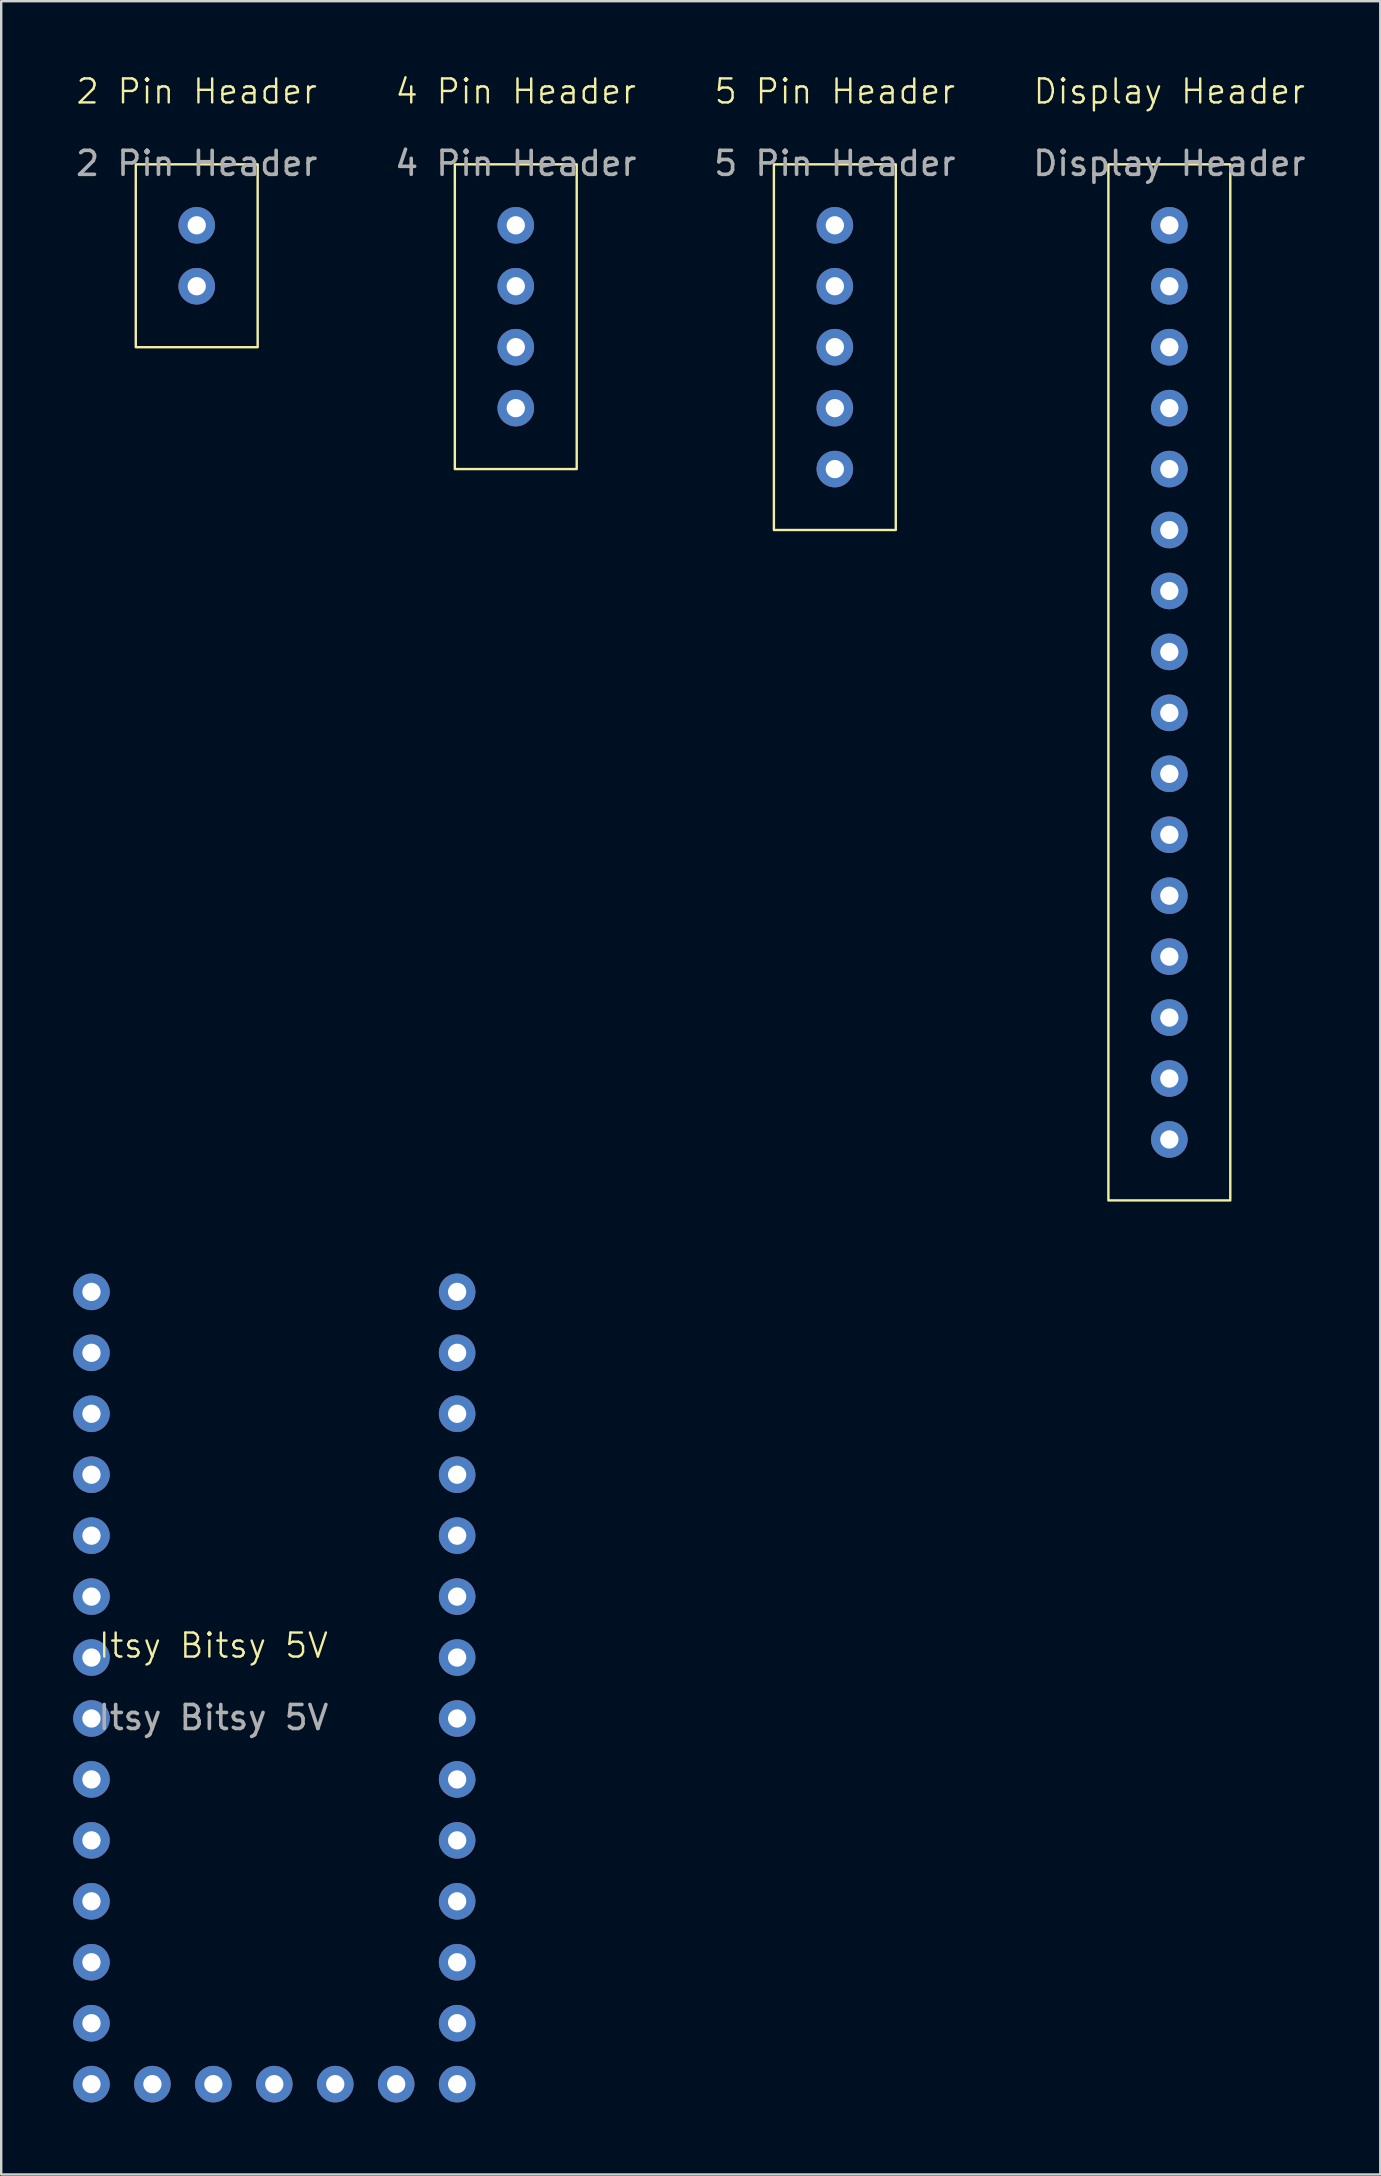
<source format=kicad_pcb>
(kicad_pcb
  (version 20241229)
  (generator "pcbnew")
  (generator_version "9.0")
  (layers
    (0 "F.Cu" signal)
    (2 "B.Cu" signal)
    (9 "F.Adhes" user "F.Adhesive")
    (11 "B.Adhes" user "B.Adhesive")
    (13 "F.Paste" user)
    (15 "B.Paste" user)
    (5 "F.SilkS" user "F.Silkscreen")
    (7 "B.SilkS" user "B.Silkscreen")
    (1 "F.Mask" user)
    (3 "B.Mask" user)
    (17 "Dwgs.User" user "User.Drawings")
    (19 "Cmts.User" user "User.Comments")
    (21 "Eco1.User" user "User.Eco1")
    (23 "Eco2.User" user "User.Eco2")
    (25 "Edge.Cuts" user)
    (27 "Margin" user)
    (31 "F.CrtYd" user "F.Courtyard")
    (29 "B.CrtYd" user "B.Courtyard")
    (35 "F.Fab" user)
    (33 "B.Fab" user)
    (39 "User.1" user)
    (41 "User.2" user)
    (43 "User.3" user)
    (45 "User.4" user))
  (footprint "5 Pin Header"
    (layer "F.Cu")
    (at 31.744 1.26)
    (property "Reference" "5 Pin Header" (at 0 -0.5 0) (unlocked yes) (layer "F.SilkS") (effects (font (size 1 1) (thickness 0.1))))
    (attr through_hole)
    (fp_rect (start -2.54 2.54) (end 2.54 17.78) (stroke (width 0.1) (type default)) (fill no) (layer "F.SilkS"))
    (fp_text user "${REFERENCE}" (at 0 2.5 0) (unlocked yes) (layer "F.Fab") (effects (font (size 1 1) (thickness 0.15))))
    (pad "1" thru_hole circle (at 0 5.08) (size 1.524 1.524) (drill 0.762) (layers "*.Cu" "*.Mask"))
    (pad "2" thru_hole circle (at 0 7.62) (size 1.524 1.524) (drill 0.762) (layers "*.Cu" "*.Mask"))
    (pad "3" thru_hole circle (at 0 10.16) (size 1.524 1.524) (drill 0.762) (layers "*.Cu" "*.Mask"))
    (pad "4" thru_hole circle (at 0 12.7) (size 1.524 1.524) (drill 0.762) (layers "*.Cu" "*.Mask"))
    (pad "5" thru_hole circle (at 0 15.24) (size 1.524 1.524) (drill 0.762) (layers "*.Cu" "*.Mask")))
  (footprint "Itsy Bitsy 5V"
    (layer "F.Cu")
    (at 8.382 66.032)
    (property "Reference" "Itsy Bitsy 5V" (at -2.54 -0.5 0) (unlocked yes) (layer "F.SilkS") (effects (font (size 1 1) (thickness 0.1))))
    (attr through_hole)
    (fp_text user "${REFERENCE}" (at -2.54 2.5 0) (unlocked yes) (layer "F.Fab") (effects (font (size 1 1) (thickness 0.15))))
    (pad "1" thru_hole circle (at -7.62 -15.24) (size 1.524 1.524) (drill 0.762) (layers "*.Cu" "*.Mask"))
    (pad "2" thru_hole circle (at -7.62 -12.7) (size 1.524 1.524) (drill 0.762) (layers "*.Cu" "*.Mask"))
    (pad "3" thru_hole circle (at -7.62 -10.16) (size 1.524 1.524) (drill 0.762) (layers "*.Cu" "*.Mask"))
    (pad "4" thru_hole circle (at -7.62 -7.62) (size 1.524 1.524) (drill 0.762) (layers "*.Cu" "*.Mask"))
    (pad "5" thru_hole circle (at -7.62 -5.08) (size 1.524 1.524) (drill 0.762) (layers "*.Cu" "*.Mask"))
    (pad "6" thru_hole circle (at -7.62 -2.54) (size 1.524 1.524) (drill 0.762) (layers "*.Cu" "*.Mask"))
    (pad "7" thru_hole circle (at -7.62 0) (size 1.524 1.524) (drill 0.762) (layers "*.Cu" "*.Mask"))
    (pad "8" thru_hole circle (at -7.62 2.54) (size 1.524 1.524) (drill 0.762) (layers "*.Cu" "*.Mask"))
    (pad "9" thru_hole circle (at -7.62 5.08) (size 1.524 1.524) (drill 0.762) (layers "*.Cu" "*.Mask"))
    (pad "10" thru_hole circle (at -7.62 7.62) (size 1.524 1.524) (drill 0.762) (layers "*.Cu" "*.Mask"))
    (pad "11" thru_hole circle (at -7.62 10.16) (size 1.524 1.524) (drill 0.762) (layers "*.Cu" "*.Mask"))
    (pad "12" thru_hole circle (at -7.62 12.7) (size 1.524 1.524) (drill 0.762) (layers "*.Cu" "*.Mask"))
    (pad "13" thru_hole circle (at -7.62 15.24) (size 1.524 1.524) (drill 0.762) (layers "*.Cu" "*.Mask"))
    (pad "14" thru_hole circle (at -7.62 17.78) (size 1.524 1.524) (drill 0.762) (layers "*.Cu" "*.Mask"))
    (pad "15" thru_hole circle (at -5.08 17.78) (size 1.524 1.524) (drill 0.762) (layers "*.Cu" "*.Mask"))
    (pad "16" thru_hole circle (at -2.54 17.78) (size 1.524 1.524) (drill 0.762) (layers "*.Cu" "*.Mask"))
    (pad "17" thru_hole circle (at 0 17.78) (size 1.524 1.524) (drill 0.762) (layers "*.Cu" "*.Mask"))
    (pad "18" thru_hole circle (at 2.54 17.78) (size 1.524 1.524) (drill 0.762) (layers "*.Cu" "*.Mask"))
    (pad "19" thru_hole circle (at 5.08 17.78) (size 1.524 1.524) (drill 0.762) (layers "*.Cu" "*.Mask"))
    (pad "20" thru_hole circle (at 7.62 17.78) (size 1.524 1.524) (drill 0.762) (layers "*.Cu" "*.Mask"))
    (pad "21" thru_hole circle (at 7.62 15.24) (size 1.524 1.524) (drill 0.762) (layers "*.Cu" "*.Mask"))
    (pad "22" thru_hole circle (at 7.62 12.7) (size 1.524 1.524) (drill 0.762) (layers "*.Cu" "*.Mask"))
    (pad "23" thru_hole circle (at 7.62 10.16) (size 1.524 1.524) (drill 0.762) (layers "*.Cu" "*.Mask"))
    (pad "24" thru_hole circle (at 7.62 7.62) (size 1.524 1.524) (drill 0.762) (layers "*.Cu" "*.Mask"))
    (pad "25" thru_hole circle (at 7.62 5.08) (size 1.524 1.524) (drill 0.762) (layers "*.Cu" "*.Mask"))
    (pad "26" thru_hole circle (at 7.62 2.54) (size 1.524 1.524) (drill 0.762) (layers "*.Cu" "*.Mask"))
    (pad "27" thru_hole circle (at 7.62 0) (size 1.524 1.524) (drill 0.762) (layers "*.Cu" "*.Mask"))
    (pad "28" thru_hole circle (at 7.62 -2.54) (size 1.524 1.524) (drill 0.762) (layers "*.Cu" "*.Mask"))
    (pad "29" thru_hole circle (at 7.62 -5.08) (size 1.524 1.524) (drill 0.762) (layers "*.Cu" "*.Mask"))
    (pad "30" thru_hole circle (at 7.62 -7.62) (size 1.524 1.524) (drill 0.762) (layers "*.Cu" "*.Mask"))
    (pad "31" thru_hole circle (at 7.62 -10.16) (size 1.524 1.524) (drill 0.762) (layers "*.Cu" "*.Mask"))
    (pad "32" thru_hole circle (at 7.62 -12.7) (size 1.524 1.524) (drill 0.762) (layers "*.Cu" "*.Mask"))
    (pad "33" thru_hole circle (at 7.62 -15.24) (size 1.524 1.524) (drill 0.762) (layers "*.Cu" "*.Mask")))
  (footprint "2 Pin Header"
    (layer "F.Cu")
    (at 5.149 1.26)
    (property "Reference" "2 Pin Header" (at 0 -0.5 0) (unlocked yes) (layer "F.SilkS") (effects (font (size 1 1) (thickness 0.1))))
    (attr through_hole)
    (fp_rect (start -2.54 2.54) (end 2.54 10.16) (stroke (width 0.1) (type default)) (fill no) (layer "F.SilkS"))
    (fp_text user "${REFERENCE}" (at 0 2.5 0) (unlocked yes) (layer "F.Fab") (effects (font (size 1 1) (thickness 0.15))))
    (pad "1" thru_hole circle (at 0 5.08) (size 1.524 1.524) (drill 0.762) (layers "*.Cu" "*.Mask"))
    (pad "2" thru_hole circle (at 0 7.62) (size 1.524 1.524) (drill 0.762) (layers "*.Cu" "*.Mask")))
  (footprint "4 Pin Header"
    (layer "F.Cu")
    (at 18.446 1.26)
    (property "Reference" "4 Pin Header" (at 0 -0.5 0) (unlocked yes) (layer "F.SilkS") (effects (font (size 1 1) (thickness 0.1))))
    (attr through_hole)
    (fp_rect (start -2.54 2.54) (end 2.54 15.24) (stroke (width 0.1) (type default)) (fill no) (layer "F.SilkS"))
    (fp_text user "${REFERENCE}" (at 0 2.5 0) (unlocked yes) (layer "F.Fab") (effects (font (size 1 1) (thickness 0.15))))
    (pad "1" thru_hole circle (at 0 5.08) (size 1.524 1.524) (drill 0.762) (layers "*.Cu" "*.Mask"))
    (pad "2" thru_hole circle (at 0 7.62) (size 1.524 1.524) (drill 0.762) (layers "*.Cu" "*.Mask"))
    (pad "3" thru_hole circle (at 0 10.16) (size 1.524 1.524) (drill 0.762) (layers "*.Cu" "*.Mask"))
    (pad "4" thru_hole circle (at 0 12.7) (size 1.524 1.524) (drill 0.762) (layers "*.Cu" "*.Mask")))
  (footprint "Display Header"
    (layer "F.Cu")
    (at 45.685 1.26)
    (property "Reference" "Display Header" (at 0 -0.5 0) (unlocked yes) (layer "F.SilkS") (effects (font (size 1 1) (thickness 0.1))))
    (attr through_hole)
    (fp_rect (start -2.54 2.54) (end 2.54 45.72) (stroke (width 0.1) (type default)) (fill no) (layer "F.SilkS"))
    (fp_text user "${REFERENCE}" (at 0 2.5 0) (unlocked yes) (layer "F.Fab") (effects (font (size 1 1) (thickness 0.15))))
    (pad "1" thru_hole circle (at 0 5.08) (size 1.524 1.524) (drill 0.762) (layers "*.Cu" "*.Mask"))
    (pad "2" thru_hole circle (at 0 7.62) (size 1.524 1.524) (drill 0.762) (layers "*.Cu" "*.Mask"))
    (pad "3" thru_hole circle (at 0 10.16) (size 1.524 1.524) (drill 0.762) (layers "*.Cu" "*.Mask"))
    (pad "4" thru_hole circle (at 0 12.7) (size 1.524 1.524) (drill 0.762) (layers "*.Cu" "*.Mask"))
    (pad "5" thru_hole circle (at 0 15.24) (size 1.524 1.524) (drill 0.762) (layers "*.Cu" "*.Mask"))
    (pad "6" thru_hole circle (at 0 17.78) (size 1.524 1.524) (drill 0.762) (layers "*.Cu" "*.Mask"))
    (pad "7" thru_hole circle (at 0 20.32) (size 1.524 1.524) (drill 0.762) (layers "*.Cu" "*.Mask"))
    (pad "8" thru_hole circle (at 0 22.86) (size 1.524 1.524) (drill 0.762) (layers "*.Cu" "*.Mask"))
    (pad "9" thru_hole circle (at 0 25.4) (size 1.524 1.524) (drill 0.762) (layers "*.Cu" "*.Mask"))
    (pad "10" thru_hole circle (at 0 27.94) (size 1.524 1.524) (drill 0.762) (layers "*.Cu" "*.Mask"))
    (pad "11" thru_hole circle (at 0 30.48) (size 1.524 1.524) (drill 0.762) (layers "*.Cu" "*.Mask"))
    (pad "12" thru_hole circle (at 0 33.02) (size 1.524 1.524) (drill 0.762) (layers "*.Cu" "*.Mask"))
    (pad "13" thru_hole circle (at 0 35.56) (size 1.524 1.524) (drill 0.762) (layers "*.Cu" "*.Mask"))
    (pad "14" thru_hole circle (at 0 38.1) (size 1.524 1.524) (drill 0.762) (layers "*.Cu" "*.Mask"))
    (pad "15" thru_hole circle (at 0 40.64) (size 1.524 1.524) (drill 0.762) (layers "*.Cu" "*.Mask"))
    (pad "16" thru_hole circle (at 0 43.18) (size 1.524 1.524) (drill 0.762) (layers "*.Cu" "*.Mask")))
  (gr_rect
    (start -3 -3)
    (end 54.476 87.575)
    (stroke (width 0.1) (type default))
    (fill no)
    (layer "Edge.Cuts")))
</source>
